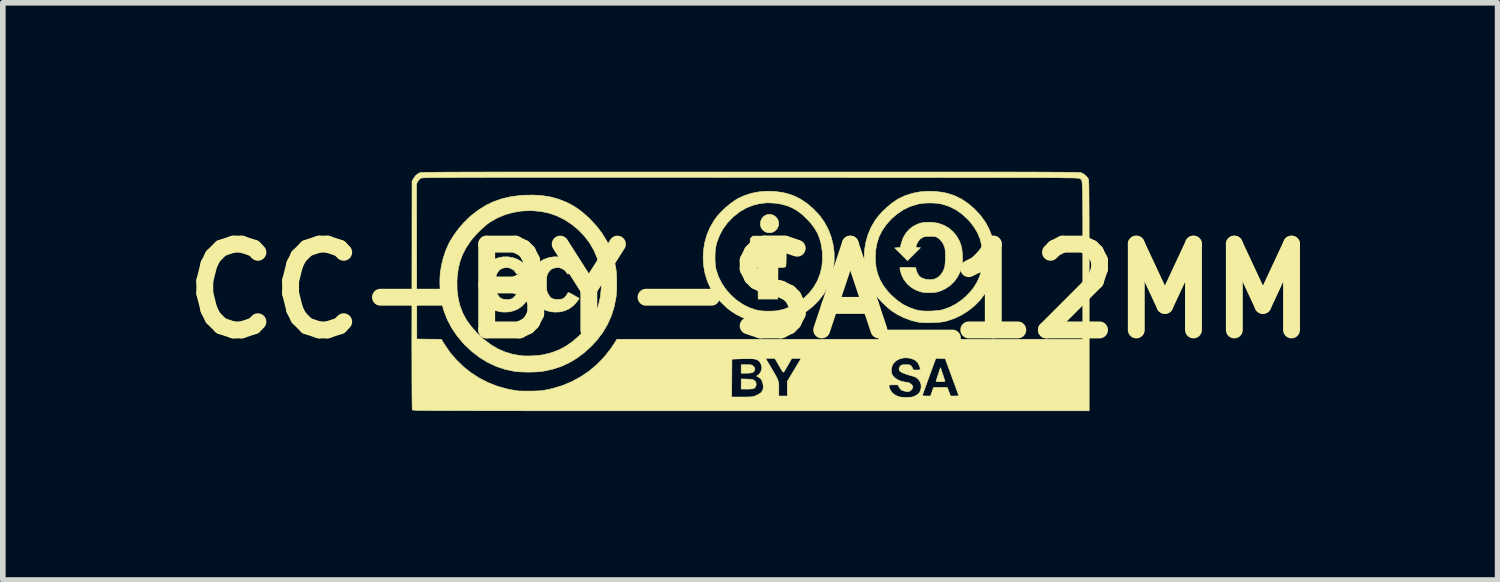
<source format=kicad_pcb>
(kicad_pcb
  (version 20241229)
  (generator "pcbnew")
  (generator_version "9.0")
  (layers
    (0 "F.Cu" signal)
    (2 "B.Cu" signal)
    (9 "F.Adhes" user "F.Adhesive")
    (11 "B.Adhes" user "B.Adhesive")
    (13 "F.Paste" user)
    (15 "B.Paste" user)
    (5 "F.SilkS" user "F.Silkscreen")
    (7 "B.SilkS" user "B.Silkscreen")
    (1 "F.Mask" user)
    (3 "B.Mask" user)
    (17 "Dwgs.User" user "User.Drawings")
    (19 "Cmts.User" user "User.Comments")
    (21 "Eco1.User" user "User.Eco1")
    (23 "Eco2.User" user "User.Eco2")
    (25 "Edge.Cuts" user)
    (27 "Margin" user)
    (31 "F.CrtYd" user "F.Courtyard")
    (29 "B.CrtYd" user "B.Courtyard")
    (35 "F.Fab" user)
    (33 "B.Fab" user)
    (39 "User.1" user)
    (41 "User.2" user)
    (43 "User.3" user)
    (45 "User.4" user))
  (footprint "CC-BY-SA_12MM"
    (layer "F.Cu")
    (at 10.276 2.121)
    (property "Reference" "CC-BY-SA_12MM" (at 0 0 0) (layer "F.SilkS") (effects (font (size 1.524 1.524) (thickness 0.3))))
    (attr exclude_from_pos_files exclude_from_bom)
    (fp_poly (pts (xy -0.057 1.563) (xy -0.009 1.565) (xy 0.025 1.568) (xy 0.048 1.573) (xy 0.064 1.581) (xy 0.072 1.586) (xy 0.098 1.616) (xy 0.107 1.652) (xy 0.099 1.69) (xy 0.088 1.71) (xy 0.072 1.724) (xy 0.048 1.733) (xy 0.012 1.738) (xy -0.037 1.74) (xy -0.062 1.74) (xy -0.16 1.74) (xy -0.16 1.56) (xy -0.057 1.563)) (stroke (width 0.01) (type solid)) (fill yes) (layer "F.SilkS"))
    (fp_poly (pts (xy -0.022 1.308) (xy 0.007 1.309) (xy 0.026 1.313) (xy 0.04 1.32) (xy 0.053 1.331) (xy 0.057 1.335) (xy 0.078 1.36) (xy 0.084 1.382) (xy 0.076 1.41) (xy 0.074 1.415) (xy 0.06 1.434) (xy 0.036 1.447) (xy -0.000485 1.455) (xy -0.052 1.458) (xy -0.077 1.458) (xy -0.16 1.458) (xy -0.16 1.308) (xy -0.065 1.308) (xy -0.022 1.308)) (stroke (width 0.01) (type solid)) (fill yes) (layer "F.SilkS"))
    (fp_poly (pts (xy 3.417 1.468) (xy 3.431 1.511) (xy 3.444 1.549) (xy 3.453 1.578) (xy 3.458 1.592) (xy 3.459 1.6) (xy 3.453 1.605) (xy 3.436 1.608) (xy 3.406 1.609) (xy 3.383 1.609) (xy 3.346 1.608) (xy 3.318 1.606) (xy 3.303 1.603) (xy 3.302 1.602) (xy 3.305 1.591) (xy 3.313 1.565) (xy 3.324 1.529) (xy 3.338 1.486) (xy 3.341 1.477) (xy 3.38 1.36) (xy 3.417 1.468)) (stroke (width 0.01) (type solid)) (fill yes) (layer "F.SilkS"))
    (fp_poly (pts (xy 0.378 -1.36) (xy 0.426 -1.34) (xy 0.464 -1.308) (xy 0.494 -1.264) (xy 0.506 -1.218) (xy 0.505 -1.173) (xy 0.49 -1.13) (xy 0.465 -1.093) (xy 0.431 -1.063) (xy 0.39 -1.043) (xy 0.344 -1.036) (xy 0.295 -1.043) (xy 0.263 -1.056) (xy 0.222 -1.087) (xy 0.195 -1.126) (xy 0.182 -1.171) (xy 0.182 -1.217) (xy 0.193 -1.262) (xy 0.216 -1.302) (xy 0.251 -1.335) (xy 0.295 -1.356) (xy 0.324 -1.362) (xy 0.378 -1.36)) (stroke (width 0.01) (type solid)) (fill yes) (layer "F.SilkS"))
    (fp_poly (pts (xy 0.64 -0.932) (xy 0.64 -0.707) (xy 0.639 -0.642) (xy 0.639 -0.582) (xy 0.638 -0.53) (xy 0.636 -0.489) (xy 0.635 -0.462) (xy 0.634 -0.453) (xy 0.63 -0.438) (xy 0.623 -0.429) (xy 0.609 -0.425) (xy 0.584 -0.422) (xy 0.561 -0.421) (xy 0.494 -0.419) (xy 0.489 0.141) (xy 0.141 0.141) (xy 0.139 -0.139) (xy 0.136 -0.419) (xy 0 -0.424) (xy 0 -0.932) (xy 0.046 -0.978) (xy 0.594 -0.978) (xy 0.64 -0.932)) (stroke (width 0.01) (type solid)) (fill yes) (layer "F.SilkS"))
    (fp_poly (pts (xy -3.398 -0.608) (xy -3.308 -0.589) (xy -3.24 -0.563) (xy -3.206 -0.543) (xy -3.167 -0.513) (xy -3.128 -0.478) (xy -3.095 -0.444) (xy -3.074 -0.416) (xy -3.057 -0.387) (xy -3.24 -0.301) (xy -3.261 -0.327) (xy -3.275 -0.346) (xy -3.283 -0.358) (xy -3.283 -0.359) (xy -3.291 -0.369) (xy -3.312 -0.382) (xy -3.339 -0.396) (xy -3.367 -0.409) (xy -3.392 -0.417) (xy -3.394 -0.417) (xy -3.437 -0.418) (xy -3.485 -0.409) (xy -3.528 -0.391) (xy -3.543 -0.381) (xy -3.565 -0.359) (xy -3.586 -0.328) (xy -3.595 -0.313) (xy -3.604 -0.293) (xy -3.61 -0.274) (xy -3.614 -0.251) (xy -3.616 -0.22) (xy -3.617 -0.178) (xy -3.617 -0.136) (xy -3.617 -0.083) (xy -3.616 -0.045) (xy -3.614 -0.017) (xy -3.609 0.004) (xy -3.603 0.024) (xy -3.592 0.045) (xy -3.589 0.052) (xy -3.56 0.097) (xy -3.527 0.127) (xy -3.485 0.144) (xy -3.431 0.15) (xy -3.421 0.15) (xy -3.371 0.147) (xy -3.332 0.137) (xy -3.299 0.116) (xy -3.269 0.081) (xy -3.238 0.032) (xy -3.237 0.03) (xy -3.229 0.027) (xy -3.212 0.032) (xy -3.184 0.045) (xy -3.142 0.068) (xy -3.137 0.071) (xy -3.099 0.093) (xy -3.068 0.111) (xy -3.047 0.123) (xy -3.04 0.128) (xy -3.042 0.137) (xy -3.055 0.156) (xy -3.074 0.182) (xy -3.098 0.21) (xy -3.122 0.238) (xy -3.145 0.261) (xy -3.146 0.261) (xy -3.214 0.312) (xy -3.293 0.348) (xy -3.379 0.369) (xy -3.471 0.373) (xy -3.542 0.366) (xy -3.631 0.343) (xy -3.709 0.304) (xy -3.776 0.252) (xy -3.83 0.187) (xy -3.871 0.11) (xy -3.898 0.023) (xy -3.911 -0.075) (xy -3.911 -0.161) (xy -3.898 -0.261) (xy -3.871 -0.348) (xy -3.831 -0.423) (xy -3.776 -0.486) (xy -3.707 -0.539) (xy -3.664 -0.563) (xy -3.58 -0.594) (xy -3.49 -0.609) (xy -3.398 -0.608)) (stroke (width 0.01) (type solid)) (fill yes) (layer "F.SilkS"))
    (fp_poly (pts (xy -4.222 -0.596) (xy -4.144 -0.569) (xy -4.073 -0.53) (xy -4.012 -0.478) (xy -3.979 -0.437) (xy -3.961 -0.405) (xy -3.957 -0.385) (xy -3.967 -0.377) (xy -3.971 -0.376) (xy -3.984 -0.373) (xy -4.009 -0.362) (xy -4.042 -0.348) (xy -4.062 -0.338) (xy -4.143 -0.301) (xy -4.164 -0.327) (xy -4.179 -0.346) (xy -4.186 -0.358) (xy -4.186 -0.359) (xy -4.194 -0.369) (xy -4.215 -0.382) (xy -4.242 -0.396) (xy -4.27 -0.409) (xy -4.295 -0.417) (xy -4.297 -0.417) (xy -4.34 -0.418) (xy -4.388 -0.409) (xy -4.431 -0.391) (xy -4.446 -0.381) (xy -4.468 -0.359) (xy -4.489 -0.328) (xy -4.498 -0.313) (xy -4.507 -0.293) (xy -4.513 -0.274) (xy -4.517 -0.251) (xy -4.519 -0.22) (xy -4.52 -0.178) (xy -4.52 -0.136) (xy -4.52 -0.083) (xy -4.519 -0.045) (xy -4.517 -0.017) (xy -4.513 0.004) (xy -4.506 0.024) (xy -4.495 0.045) (xy -4.492 0.052) (xy -4.463 0.097) (xy -4.43 0.127) (xy -4.388 0.144) (xy -4.334 0.15) (xy -4.324 0.15) (xy -4.274 0.147) (xy -4.235 0.137) (xy -4.202 0.116) (xy -4.172 0.081) (xy -4.141 0.032) (xy -4.14 0.03) (xy -4.132 0.027) (xy -4.115 0.032) (xy -4.087 0.045) (xy -4.045 0.068) (xy -4.04 0.071) (xy -4.002 0.093) (xy -3.972 0.111) (xy -3.951 0.123) (xy -3.943 0.128) (xy -3.946 0.137) (xy -3.958 0.156) (xy -3.977 0.182) (xy -4.001 0.21) (xy -4.025 0.238) (xy -4.048 0.261) (xy -4.049 0.261) (xy -4.117 0.312) (xy -4.196 0.348) (xy -4.282 0.369) (xy -4.374 0.373) (xy -4.445 0.366) (xy -4.535 0.343) (xy -4.614 0.304) (xy -4.68 0.251) (xy -4.734 0.185) (xy -4.775 0.106) (xy -4.802 0.016) (xy -4.814 -0.078) (xy -4.813 -0.172) (xy -4.8 -0.262) (xy -4.774 -0.343) (xy -4.765 -0.363) (xy -4.734 -0.411) (xy -4.691 -0.461) (xy -4.639 -0.507) (xy -4.584 -0.546) (xy -4.556 -0.561) (xy -4.476 -0.592) (xy -4.391 -0.608) (xy -4.306 -0.609) (xy -4.222 -0.596)) (stroke (width 0.01) (type solid)) (fill yes) (layer "F.SilkS"))
    (fp_poly (pts (xy 3.217 -1.222) (xy 3.284 -1.215) (xy 3.344 -1.204) (xy 3.344 -1.204) (xy 3.439 -1.17) (xy 3.525 -1.121) (xy 3.601 -1.057) (xy 3.665 -0.98) (xy 3.715 -0.891) (xy 3.741 -0.825) (xy 3.758 -0.755) (xy 3.768 -0.674) (xy 3.772 -0.59) (xy 3.769 -0.508) (xy 3.759 -0.438) (xy 3.727 -0.338) (xy 3.68 -0.247) (xy 3.62 -0.166) (xy 3.546 -0.096) (xy 3.462 -0.04) (xy 3.369 0.001) (xy 3.326 0.014) (xy 3.279 0.022) (xy 3.221 0.026) (xy 3.158 0.027) (xy 3.098 0.024) (xy 3.047 0.017) (xy 3.03 0.013) (xy 2.938 -0.021) (xy 2.857 -0.069) (xy 2.787 -0.131) (xy 2.73 -0.206) (xy 2.688 -0.29) (xy 2.668 -0.358) (xy 2.661 -0.391) (xy 2.66 -0.41) (xy 2.664 -0.419) (xy 2.666 -0.419) (xy 2.679 -0.421) (xy 2.707 -0.422) (xy 2.747 -0.422) (xy 2.794 -0.422) (xy 2.808 -0.421) (xy 2.938 -0.419) (xy 2.951 -0.367) (xy 2.973 -0.309) (xy 3.005 -0.264) (xy 3.05 -0.232) (xy 3.109 -0.212) (xy 3.134 -0.207) (xy 3.209 -0.202) (xy 3.276 -0.214) (xy 3.334 -0.243) (xy 3.384 -0.288) (xy 3.425 -0.35) (xy 3.45 -0.408) (xy 3.457 -0.439) (xy 3.462 -0.484) (xy 3.466 -0.539) (xy 3.467 -0.597) (xy 3.467 -0.656) (xy 3.465 -0.709) (xy 3.46 -0.752) (xy 3.455 -0.776) (xy 3.431 -0.835) (xy 3.397 -0.887) (xy 3.357 -0.93) (xy 3.336 -0.945) (xy 3.313 -0.958) (xy 3.293 -0.967) (xy 3.271 -0.971) (xy 3.241 -0.973) (xy 3.198 -0.974) (xy 3.195 -0.974) (xy 3.148 -0.973) (xy 3.114 -0.97) (xy 3.089 -0.965) (xy 3.068 -0.957) (xy 3.062 -0.953) (xy 3.018 -0.924) (xy 2.986 -0.886) (xy 2.964 -0.847) (xy 2.949 -0.811) (xy 2.945 -0.789) (xy 2.952 -0.776) (xy 2.97 -0.772) (xy 2.984 -0.771) (xy 3.024 -0.771) (xy 2.909 -0.656) (xy 2.794 -0.541) (xy 2.681 -0.654) (xy 2.568 -0.767) (xy 2.617 -0.771) (xy 2.666 -0.776) (xy 2.683 -0.845) (xy 2.714 -0.939) (xy 2.76 -1.021) (xy 2.82 -1.092) (xy 2.891 -1.148) (xy 2.974 -1.191) (xy 3.03 -1.209) (xy 3.083 -1.219) (xy 3.147 -1.223) (xy 3.217 -1.222)) (stroke (width 0.01) (type solid)) (fill yes) (layer "F.SilkS"))
    (fp_poly (pts (xy 0.432 -1.771) (xy 0.572 -1.752) (xy 0.645 -1.736) (xy 0.769 -1.695) (xy 0.89 -1.636) (xy 1.006 -1.559) (xy 1.115 -1.467) (xy 1.218 -1.359) (xy 1.237 -1.337) (xy 1.319 -1.221) (xy 1.386 -1.096) (xy 1.437 -0.964) (xy 1.472 -0.826) (xy 1.491 -0.683) (xy 1.492 -0.538) (xy 1.477 -0.393) (xy 1.444 -0.248) (xy 1.426 -0.189) (xy 1.373 -0.064) (xy 1.305 0.053) (xy 1.221 0.162) (xy 1.124 0.261) (xy 1.016 0.348) (xy 0.897 0.423) (xy 0.769 0.484) (xy 0.633 0.53) (xy 0.586 0.541) (xy 0.542 0.549) (xy 0.484 0.554) (xy 0.417 0.558) (xy 0.345 0.561) (xy 0.275 0.561) (xy 0.209 0.559) (xy 0.154 0.555) (xy 0.122 0.55) (xy -0.005 0.519) (xy -0.129 0.473) (xy -0.245 0.416) (xy -0.35 0.348) (xy -0.353 0.346) (xy -0.402 0.306) (xy -0.456 0.257) (xy -0.511 0.204) (xy -0.563 0.149) (xy -0.607 0.099) (xy -0.633 0.065) (xy -0.705 -0.052) (xy -0.761 -0.178) (xy -0.802 -0.311) (xy -0.827 -0.448) (xy -0.836 -0.587) (xy -0.835 -0.612) (xy -0.625 -0.612) (xy -0.625 -0.538) (xy -0.62 -0.47) (xy -0.613 -0.413) (xy -0.609 -0.393) (xy -0.568 -0.265) (xy -0.509 -0.145) (xy -0.434 -0.033) (xy -0.345 0.068) (xy -0.242 0.16) (xy -0.133 0.235) (xy -0.019 0.293) (xy 0.098 0.333) (xy 0.168 0.348) (xy 0.208 0.352) (xy 0.26 0.355) (xy 0.32 0.356) (xy 0.381 0.355) (xy 0.436 0.353) (xy 0.481 0.349) (xy 0.489 0.348) (xy 0.599 0.322) (xy 0.71 0.28) (xy 0.818 0.223) (xy 0.918 0.155) (xy 0.954 0.126) (xy 1.05 0.033) (xy 1.13 -0.071) (xy 1.194 -0.183) (xy 1.241 -0.304) (xy 1.272 -0.43) (xy 1.285 -0.562) (xy 1.281 -0.698) (xy 1.28 -0.704) (xy 1.263 -0.823) (xy 1.235 -0.929) (xy 1.197 -1.026) (xy 1.144 -1.116) (xy 1.077 -1.206) (xy 1.016 -1.273) (xy 0.927 -1.358) (xy 0.837 -1.427) (xy 0.745 -1.48) (xy 0.646 -1.52) (xy 0.538 -1.548) (xy 0.435 -1.563) (xy 0.303 -1.569) (xy 0.174 -1.556) (xy 0.049 -1.525) (xy -0.071 -1.477) (xy -0.185 -1.411) (xy -0.291 -1.328) (xy -0.308 -1.313) (xy -0.405 -1.212) (xy -0.484 -1.104) (xy -0.546 -0.988) (xy -0.593 -0.863) (xy -0.608 -0.804) (xy -0.617 -0.75) (xy -0.623 -0.684) (xy -0.625 -0.612) (xy -0.835 -0.612) (xy -0.829 -0.727) (xy -0.807 -0.865) (xy -0.769 -0.999) (xy -0.714 -1.129) (xy -0.644 -1.25) (xy -0.643 -1.253) (xy -0.584 -1.332) (xy -0.511 -1.412) (xy -0.43 -1.489) (xy -0.344 -1.56) (xy -0.259 -1.619) (xy -0.221 -1.642) (xy -0.105 -1.696) (xy 0.02 -1.737) (xy 0.154 -1.763) (xy 0.292 -1.774) (xy 0.432 -1.771)) (stroke (width 0.01) (type solid)) (fill yes) (layer "F.SilkS"))
    (fp_poly (pts (xy 3.292 -1.771) (xy 3.432 -1.752) (xy 3.504 -1.736) (xy 3.629 -1.695) (xy 3.75 -1.636) (xy 3.866 -1.559) (xy 3.975 -1.467) (xy 4.078 -1.359) (xy 4.096 -1.337) (xy 4.179 -1.221) (xy 4.246 -1.096) (xy 4.297 -0.964) (xy 4.332 -0.826) (xy 4.35 -0.683) (xy 4.352 -0.538) (xy 4.337 -0.393) (xy 4.304 -0.248) (xy 4.286 -0.189) (xy 4.233 -0.064) (xy 4.164 0.053) (xy 4.081 0.162) (xy 3.984 0.261) (xy 3.875 0.348) (xy 3.756 0.423) (xy 3.629 0.484) (xy 3.493 0.53) (xy 3.446 0.541) (xy 3.402 0.549) (xy 3.344 0.554) (xy 3.277 0.558) (xy 3.205 0.561) (xy 3.134 0.561) (xy 3.069 0.559) (xy 3.014 0.555) (xy 2.981 0.55) (xy 2.855 0.519) (xy 2.731 0.473) (xy 2.615 0.416) (xy 2.51 0.348) (xy 2.507 0.346) (xy 2.458 0.306) (xy 2.404 0.257) (xy 2.348 0.204) (xy 2.297 0.149) (xy 2.253 0.099) (xy 2.227 0.065) (xy 2.155 -0.052) (xy 2.099 -0.178) (xy 2.058 -0.311) (xy 2.033 -0.448) (xy 2.024 -0.585) (xy 2.222 -0.585) (xy 2.223 -0.553) (xy 2.235 -0.427) (xy 2.262 -0.311) (xy 2.305 -0.202) (xy 2.364 -0.098) (xy 2.441 0.002) (xy 2.506 0.071) (xy 2.606 0.161) (xy 2.708 0.233) (xy 2.816 0.288) (xy 2.931 0.329) (xy 2.992 0.344) (xy 3.04 0.351) (xy 3.102 0.354) (xy 3.172 0.355) (xy 3.244 0.353) (xy 3.313 0.347) (xy 3.374 0.34) (xy 3.418 0.331) (xy 3.541 0.288) (xy 3.658 0.227) (xy 3.768 0.15) (xy 3.832 0.094) (xy 3.908 0.016) (xy 3.969 -0.061) (xy 4.02 -0.143) (xy 4.041 -0.183) (xy 4.076 -0.263) (xy 4.1 -0.342) (xy 4.117 -0.424) (xy 4.126 -0.516) (xy 4.128 -0.557) (xy 4.126 -0.692) (xy 4.111 -0.815) (xy 4.082 -0.93) (xy 4.038 -1.036) (xy 3.977 -1.138) (xy 3.9 -1.237) (xy 3.862 -1.278) (xy 3.763 -1.369) (xy 3.656 -1.444) (xy 3.541 -1.502) (xy 3.416 -1.543) (xy 3.391 -1.549) (xy 3.323 -1.56) (xy 3.244 -1.565) (xy 3.159 -1.566) (xy 3.076 -1.561) (xy 3.002 -1.551) (xy 2.97 -1.544) (xy 2.841 -1.504) (xy 2.721 -1.446) (xy 2.61 -1.372) (xy 2.509 -1.284) (xy 2.417 -1.182) (xy 2.344 -1.076) (xy 2.288 -0.965) (xy 2.25 -0.846) (xy 2.228 -0.72) (xy 2.222 -0.585) (xy 2.024 -0.585) (xy 2.024 -0.587) (xy 2.031 -0.727) (xy 2.053 -0.865) (xy 2.091 -0.999) (xy 2.145 -1.129) (xy 2.215 -1.25) (xy 2.217 -1.253) (xy 2.276 -1.332) (xy 2.349 -1.412) (xy 2.43 -1.489) (xy 2.515 -1.56) (xy 2.601 -1.619) (xy 2.639 -1.642) (xy 2.754 -1.696) (xy 2.88 -1.737) (xy 3.013 -1.763) (xy 3.152 -1.774) (xy 3.292 -1.771)) (stroke (width 0.01) (type solid)) (fill yes) (layer "F.SilkS"))
    (fp_poly (pts (xy -3.695 -1.696) (xy -3.545 -1.672) (xy -3.404 -1.633) (xy -3.269 -1.58) (xy -3.222 -1.557) (xy -3.132 -1.508) (xy -3.049 -1.453) (xy -2.968 -1.39) (xy -2.884 -1.315) (xy -2.856 -1.289) (xy -2.736 -1.162) (xy -2.634 -1.03) (xy -2.549 -0.892) (xy -2.481 -0.747) (xy -2.429 -0.594) (xy -2.391 -0.431) (xy -2.384 -0.388) (xy -2.377 -0.325) (xy -2.373 -0.248) (xy -2.371 -0.164) (xy -2.371 -0.078) (xy -2.374 0.004) (xy -2.38 0.078) (xy -2.384 0.113) (xy -2.417 0.28) (xy -2.467 0.438) (xy -2.534 0.589) (xy -2.618 0.732) (xy -2.719 0.866) (xy -2.813 0.969) (xy -2.941 1.087) (xy -3.074 1.187) (xy -3.212 1.27) (xy -3.357 1.337) (xy -3.51 1.387) (xy -3.672 1.422) (xy -3.695 1.425) (xy -3.753 1.432) (xy -3.824 1.436) (xy -3.903 1.438) (xy -3.985 1.438) (xy -4.064 1.435) (xy -4.135 1.431) (xy -4.191 1.424) (xy -4.353 1.39) (xy -4.51 1.338) (xy -4.66 1.268) (xy -4.804 1.18) (xy -4.94 1.076) (xy -5.07 0.955) (xy -5.093 0.93) (xy -5.206 0.796) (xy -5.302 0.654) (xy -5.38 0.506) (xy -5.441 0.35) (xy -5.485 0.188) (xy -5.495 0.124) (xy -5.504 0.047) (xy -5.509 -0.039) (xy -5.512 -0.127) (xy -5.512 -0.183) (xy -5.209 -0.183) (xy -5.207 -0.026) (xy -5.189 0.121) (xy -5.156 0.259) (xy -5.106 0.39) (xy -5.039 0.514) (xy -4.954 0.632) (xy -4.852 0.746) (xy -4.85 0.749) (xy -4.731 0.858) (xy -4.611 0.949) (xy -4.487 1.023) (xy -4.358 1.08) (xy -4.223 1.121) (xy -4.081 1.146) (xy -4.069 1.147) (xy -4.003 1.152) (xy -3.926 1.152) (xy -3.843 1.149) (xy -3.762 1.143) (xy -3.689 1.133) (xy -3.669 1.129) (xy -3.529 1.094) (xy -3.397 1.044) (xy -3.273 0.978) (xy -3.154 0.895) (xy -3.04 0.795) (xy -2.995 0.75) (xy -2.894 0.633) (xy -2.81 0.511) (xy -2.744 0.383) (xy -2.695 0.247) (xy -2.662 0.104) (xy -2.646 -0.049) (xy -2.644 -0.132) (xy -2.652 -0.293) (xy -2.678 -0.447) (xy -2.72 -0.594) (xy -2.78 -0.732) (xy -2.856 -0.861) (xy -2.949 -0.982) (xy -3.049 -1.085) (xy -3.171 -1.187) (xy -3.3 -1.271) (xy -3.435 -1.337) (xy -3.576 -1.386) (xy -3.724 -1.416) (xy -3.877 -1.429) (xy -3.912 -1.43) (xy -4.069 -1.422) (xy -4.219 -1.396) (xy -4.362 -1.355) (xy -4.497 -1.298) (xy -4.622 -1.225) (xy -4.665 -1.195) (xy -4.714 -1.155) (xy -4.77 -1.104) (xy -4.828 -1.048) (xy -4.884 -0.989) (xy -4.933 -0.933) (xy -4.968 -0.888) (xy -5.047 -0.77) (xy -5.109 -0.651) (xy -5.155 -0.528) (xy -5.186 -0.399) (xy -5.204 -0.26) (xy -5.209 -0.183) (xy -5.512 -0.183) (xy -5.512 -0.212) (xy -5.508 -0.29) (xy -5.504 -0.336) (xy -5.482 -0.467) (xy -5.449 -0.599) (xy -5.406 -0.725) (xy -5.355 -0.84) (xy -5.337 -0.875) (xy -5.266 -0.99) (xy -5.183 -1.104) (xy -5.091 -1.211) (xy -4.995 -1.307) (xy -4.955 -1.342) (xy -4.826 -1.441) (xy -4.695 -1.523) (xy -4.558 -1.589) (xy -4.415 -1.639) (xy -4.263 -1.675) (xy -4.1 -1.697) (xy -4.026 -1.703) (xy -3.854 -1.706) (xy -3.695 -1.696)) (stroke (width 0.01) (type solid)) (fill yes) (layer "F.SilkS"))
    (fp_poly (pts (xy 1.145 -2.116) (xy 1.49 -2.116) (xy 1.819 -2.116) (xy 2.131 -2.116) (xy 2.426 -2.116) (xy 2.706 -2.116) (xy 2.971 -2.116) (xy 3.22 -2.116) (xy 3.455 -2.116) (xy 3.676 -2.116) (xy 3.883 -2.116) (xy 4.077 -2.116) (xy 4.258 -2.115) (xy 4.427 -2.115) (xy 4.584 -2.115) (xy 4.729 -2.115) (xy 4.863 -2.114) (xy 4.987 -2.114) (xy 5.1 -2.114) (xy 5.204 -2.113) (xy 5.298 -2.113) (xy 5.383 -2.112) (xy 5.46 -2.112) (xy 5.529 -2.112) (xy 5.59 -2.111) (xy 5.644 -2.11) (xy 5.691 -2.11) (xy 5.731 -2.109) (xy 5.766 -2.108) (xy 5.795 -2.108) (xy 5.819 -2.107) (xy 5.839 -2.106) (xy 5.854 -2.105) (xy 5.866 -2.104) (xy 5.874 -2.104) (xy 5.879 -2.103) (xy 5.881 -2.102) (xy 5.92 -2.082) (xy 5.96 -2.05) (xy 5.993 -2.014) (xy 6.007 -1.992) (xy 6.009 -1.988) (xy 6.01 -1.978) (xy 6.012 -1.964) (xy 6.013 -1.944) (xy 6.014 -1.917) (xy 6.015 -1.883) (xy 6.016 -1.841) (xy 6.017 -1.791) (xy 6.017 -1.732) (xy 6.018 -1.662) (xy 6.018 -1.582) (xy 6.019 -1.49) (xy 6.019 -1.386) (xy 6.02 -1.269) (xy 6.02 -1.139) (xy 6.02 -0.995) (xy 6.02 -0.835) (xy 6.021 -0.66) (xy 6.021 -0.469) (xy 6.021 -0.26) (xy 6.021 -0.034) (xy 6.021 0.079) (xy 6.021 2.126) (xy -0.388 2.126) (xy -0.772 2.126) (xy -1.138 2.126) (xy -1.487 2.126) (xy -1.818 2.126) (xy -2.133 2.126) (xy -2.431 2.126) (xy -2.714 2.126) (xy -2.982 2.126) (xy -3.234 2.126) (xy -3.472 2.126) (xy -3.696 2.126) (xy -3.906 2.126) (xy -4.103 2.125) (xy -4.287 2.125) (xy -4.459 2.125) (xy -4.619 2.125) (xy -4.767 2.125) (xy -4.905 2.124) (xy -5.031 2.124) (xy -5.148 2.124) (xy -5.255 2.124) (xy -5.352 2.123) (xy -5.441 2.123) (xy -5.521 2.122) (xy -5.593 2.122) (xy -5.657 2.122) (xy -5.714 2.121) (xy -5.764 2.12) (xy -5.809 2.12) (xy -5.847 2.119) (xy -5.879 2.119) (xy -5.907 2.118) (xy -5.93 2.117) (xy -5.949 2.116) (xy -5.964 2.115) (xy -5.976 2.115) (xy -5.985 2.114) (xy -5.991 2.113) (xy -5.996 2.112) (xy -5.999 2.11) (xy -6 2.109) (xy -6.001 2.108) (xy -6.002 2.108) (xy -6.003 2.098) (xy -6.004 2.072) (xy -6.005 2.03) (xy -6.006 1.973) (xy -6.007 1.899) (xy -6.007 1.881) (xy -0.329 1.881) (xy -0.146 1.881) (xy -0.081 1.881) (xy -0.031 1.88) (xy 0.006 1.879) (xy 0.035 1.876) (xy 0.058 1.872) (xy 0.078 1.866) (xy 0.088 1.862) (xy 0.149 1.835) (xy 0.192 1.804) (xy 0.22 1.767) (xy 0.232 1.722) (xy 0.23 1.669) (xy 0.228 1.653) (xy 0.214 1.603) (xy 0.195 1.567) (xy 0.165 1.539) (xy 0.148 1.528) (xy 0.113 1.509) (xy 0.141 1.493) (xy 0.166 1.469) (xy 0.188 1.433) (xy 0.203 1.393) (xy 0.207 1.361) (xy 0.202 1.329) (xy 0.191 1.295) (xy 0.188 1.289) (xy 0.171 1.26) (xy 0.15 1.237) (xy 0.123 1.22) (xy 0.088 1.208) (xy 0.043 1.201) (xy -0.014 1.198) (xy -0.086 1.199) (xy -0.151 1.201) (xy -0.325 1.209) (xy -0.329 1.881) (xy -6.007 1.881) (xy -6.008 1.809) (xy -6.008 1.702) (xy -6.009 1.578) (xy -6.009 1.437) (xy -6.009 1.279) (xy -6.01 1.103) (xy -6.01 0.909) (xy -6.01 0.698) (xy -6.009 0.468) (xy -6.009 0.219) (xy -6.009 0.069) (xy -6.007 -1.906) (xy -5.927 -1.906) (xy -5.922 0.851) (xy -5.704 0.854) (xy -5.486 0.856) (xy -5.438 0.936) (xy -5.339 1.081) (xy -5.225 1.216) (xy -5.099 1.339) (xy -4.961 1.449) (xy -4.813 1.545) (xy -4.656 1.625) (xy -4.492 1.69) (xy -4.322 1.737) (xy -4.286 1.745) (xy -4.238 1.754) (xy -4.195 1.762) (xy -4.16 1.768) (xy -4.139 1.771) (xy -4.105 1.774) (xy -4.056 1.775) (xy -3.997 1.776) (xy -3.933 1.776) (xy -3.868 1.776) (xy -3.807 1.774) (xy -3.754 1.772) (xy -3.714 1.769) (xy -3.706 1.768) (xy -3.664 1.762) (xy -3.611 1.752) (xy -3.554 1.74) (xy -3.51 1.73) (xy -3.336 1.678) (xy -3.169 1.608) (xy -3.011 1.522) (xy -2.862 1.421) (xy -2.724 1.305) (xy -2.616 1.195) (xy 0.273 1.195) (xy 0.316 1.268) (xy 0.364 1.348) (xy 0.403 1.414) (xy 0.434 1.468) (xy 0.459 1.512) (xy 0.477 1.549) (xy 0.49 1.579) (xy 0.499 1.606) (xy 0.504 1.631) (xy 0.507 1.656) (xy 0.508 1.684) (xy 0.508 1.716) (xy 0.508 1.735) (xy 0.508 1.863) (xy 0.659 1.863) (xy 0.659 1.733) (xy 0.659 1.686) (xy 2.465 1.686) (xy 2.475 1.73) (xy 2.498 1.774) (xy 2.532 1.815) (xy 2.561 1.838) (xy 2.61 1.864) (xy 2.663 1.881) (xy 2.727 1.888) (xy 2.785 1.888) (xy 2.833 1.886) (xy 2.867 1.883) (xy 2.894 1.877) (xy 2.918 1.867) (xy 2.93 1.861) (xy 2.938 1.856) (xy 3.057 1.856) (xy 3.066 1.859) (xy 3.089 1.862) (xy 3.122 1.863) (xy 3.13 1.863) (xy 3.204 1.863) (xy 3.23 1.787) (xy 3.257 1.712) (xy 3.501 1.712) (xy 3.513 1.743) (xy 3.523 1.771) (xy 3.536 1.805) (xy 3.541 1.818) (xy 3.558 1.863) (xy 3.632 1.863) (xy 3.667 1.862) (xy 3.693 1.862) (xy 3.706 1.861) (xy 3.706 1.86) (xy 3.703 1.851) (xy 3.694 1.827) (xy 3.68 1.788) (xy 3.662 1.738) (xy 3.64 1.678) (xy 3.615 1.61) (xy 3.587 1.536) (xy 3.585 1.529) (xy 3.464 1.199) (xy 3.38 1.197) (xy 3.297 1.194) (xy 3.177 1.522) (xy 3.15 1.597) (xy 3.125 1.665) (xy 3.103 1.727) (xy 3.084 1.778) (xy 3.07 1.818) (xy 3.061 1.845) (xy 3.057 1.856) (xy 3.057 1.856) (xy 2.938 1.856) (xy 2.97 1.838) (xy 2.997 1.814) (xy 3.016 1.784) (xy 3.024 1.766) (xy 3.037 1.713) (xy 3.034 1.659) (xy 3.016 1.608) (xy 2.986 1.564) (xy 2.944 1.531) (xy 2.902 1.514) (xy 2.822 1.492) (xy 2.755 1.47) (xy 2.703 1.449) (xy 2.668 1.429) (xy 2.66 1.423) (xy 2.646 1.399) (xy 2.646 1.369) (xy 2.661 1.339) (xy 2.667 1.333) (xy 2.68 1.32) (xy 2.694 1.313) (xy 2.715 1.309) (xy 2.747 1.308) (xy 2.764 1.308) (xy 2.802 1.308) (xy 2.826 1.31) (xy 2.842 1.316) (xy 2.855 1.326) (xy 2.864 1.337) (xy 2.879 1.36) (xy 2.888 1.38) (xy 2.888 1.384) (xy 2.89 1.393) (xy 2.899 1.399) (xy 2.918 1.401) (xy 2.952 1.402) (xy 2.954 1.402) (xy 2.988 1.401) (xy 3.008 1.399) (xy 3.017 1.394) (xy 3.02 1.384) (xy 3.02 1.378) (xy 3.014 1.351) (xy 3 1.317) (xy 2.981 1.281) (xy 2.96 1.252) (xy 2.953 1.245) (xy 2.908 1.215) (xy 2.852 1.195) (xy 2.79 1.185) (xy 2.727 1.186) (xy 2.668 1.199) (xy 2.641 1.21) (xy 2.594 1.236) (xy 2.561 1.264) (xy 2.536 1.297) (xy 2.529 1.311) (xy 2.509 1.368) (xy 2.505 1.426) (xy 2.519 1.48) (xy 2.546 1.519) (xy 2.586 1.554) (xy 2.637 1.584) (xy 2.694 1.605) (xy 2.752 1.617) (xy 2.776 1.618) (xy 2.81 1.624) (xy 2.842 1.641) (xy 2.869 1.663) (xy 2.886 1.688) (xy 2.888 1.701) (xy 2.88 1.731) (xy 2.858 1.759) (xy 2.829 1.779) (xy 2.817 1.784) (xy 2.787 1.785) (xy 2.75 1.779) (xy 2.712 1.768) (xy 2.684 1.754) (xy 2.666 1.737) (xy 2.648 1.711) (xy 2.643 1.703) (xy 2.624 1.665) (xy 2.545 1.665) (xy 2.506 1.665) (xy 2.482 1.667) (xy 2.47 1.67) (xy 2.466 1.677) (xy 2.465 1.686) (xy 0.659 1.686) (xy 0.659 1.604) (xy 0.763 1.43) (xy 0.795 1.377) (xy 0.825 1.327) (xy 0.851 1.284) (xy 0.871 1.25) (xy 0.884 1.229) (xy 0.886 1.225) (xy 0.905 1.195) (xy 0.738 1.195) (xy 0.675 1.306) (xy 0.65 1.349) (xy 0.628 1.386) (xy 0.611 1.416) (xy 0.6 1.433) (xy 0.599 1.435) (xy 0.593 1.44) (xy 0.586 1.438) (xy 0.577 1.429) (xy 0.563 1.409) (xy 0.544 1.378) (xy 0.517 1.332) (xy 0.512 1.323) (xy 0.438 1.195) (xy 0.273 1.195) (xy -2.616 1.195) (xy -2.597 1.175) (xy -2.483 1.032) (xy -2.423 0.943) (xy -2.368 0.856) (xy 5.908 0.856) (xy 5.908 -0.537) (xy 5.908 -0.728) (xy 5.908 -0.902) (xy 5.908 -1.059) (xy 5.908 -1.199) (xy 5.908 -1.325) (xy 5.907 -1.436) (xy 5.907 -1.533) (xy 5.906 -1.619) (xy 5.906 -1.692) (xy 5.904 -1.755) (xy 5.903 -1.808) (xy 5.901 -1.852) (xy 5.899 -1.887) (xy 5.897 -1.916) (xy 5.894 -1.939) (xy 5.891 -1.956) (xy 5.887 -1.969) (xy 5.883 -1.978) (xy 5.878 -1.984) (xy 5.872 -1.989) (xy 5.866 -1.993) (xy 5.859 -1.997) (xy 5.854 -2) (xy 5.852 -2.001) (xy 5.849 -2.002) (xy 5.845 -2.004) (xy 5.84 -2.005) (xy 5.832 -2.006) (xy 5.822 -2.007) (xy 5.808 -2.007) (xy 5.792 -2.008) (xy 5.771 -2.009) (xy 5.747 -2.01) (xy 5.717 -2.011) (xy 5.683 -2.011) (xy 5.642 -2.012) (xy 5.596 -2.012) (xy 5.544 -2.013) (xy 5.484 -2.014) (xy 5.417 -2.014) (xy 5.343 -2.015) (xy 5.26 -2.015) (xy 5.168 -2.015) (xy 5.068 -2.016) (xy 4.958 -2.016) (xy 4.837 -2.016) (xy 4.707 -2.017) (xy 4.566 -2.017) (xy 4.413 -2.017) (xy 4.249 -2.018) (xy 4.072 -2.018) (xy 3.883 -2.018) (xy 3.681 -2.018) (xy 3.465 -2.018) (xy 3.236 -2.019) (xy 2.992 -2.019) (xy 2.733 -2.019) (xy 2.459 -2.019) (xy 2.17 -2.019) (xy 1.864 -2.019) (xy 1.542 -2.02) (xy 1.203 -2.02) (xy 0.846 -2.02) (xy 0.471 -2.02) (xy 0.079 -2.02) (xy 0.005 -2.02) (xy -0.392 -2.02) (xy -0.77 -2.021) (xy -1.13 -2.021) (xy -1.472 -2.021) (xy -1.798 -2.021) (xy -2.107 -2.021) (xy -2.399 -2.021) (xy -2.676 -2.021) (xy -2.938 -2.021) (xy -3.185 -2.021) (xy -3.417 -2.021) (xy -3.635 -2.021) (xy -3.84 -2.021) (xy -4.032 -2.021) (xy -4.211 -2.021) (xy -4.377 -2.021) (xy -4.532 -2.021) (xy -4.676 -2.021) (xy -4.809 -2.02) (xy -4.931 -2.02) (xy -5.043 -2.02) (xy -5.145 -2.02) (xy -5.239 -2.019) (xy -5.323 -2.019) (xy -5.4 -2.018) (xy -5.468 -2.018) (xy -5.529 -2.018) (xy -5.583 -2.017) (xy -5.631 -2.016) (xy -5.672 -2.016) (xy -5.708 -2.015) (xy -5.738 -2.015) (xy -5.764 -2.014) (xy -5.785 -2.013) (xy -5.803 -2.012) (xy -5.817 -2.011) (xy -5.828 -2.01) (xy -5.836 -2.009) (xy -5.842 -2.008) (xy -5.847 -2.007) (xy -5.85 -2.006) (xy -5.851 -2.005) (xy -5.883 -1.98) (xy -5.906 -1.947) (xy -5.927 -1.906) (xy -6.007 -1.906) (xy -6.007 -1.952) (xy -5.986 -1.99) (xy -5.95 -2.044) (xy -5.905 -2.083) (xy -5.877 -2.098) (xy -5.874 -2.099) (xy -5.871 -2.1) (xy -5.866 -2.102) (xy -5.86 -2.103) (xy -5.852 -2.104) (xy -5.842 -2.105) (xy -5.829 -2.106) (xy -5.812 -2.106) (xy -5.792 -2.107) (xy -5.768 -2.108) (xy -5.739 -2.109) (xy -5.705 -2.109) (xy -5.666 -2.11) (xy -5.621 -2.111) (xy -5.57 -2.111) (xy -5.511 -2.112) (xy -5.446 -2.112) (xy -5.373 -2.113) (xy -5.292 -2.113) (xy -5.202 -2.113) (xy -5.104 -2.114) (xy -4.996 -2.114) (xy -4.878 -2.114) (xy -4.75 -2.115) (xy -4.612 -2.115) (xy -4.462 -2.115) (xy -4.3 -2.115) (xy -4.127 -2.116) (xy -3.941 -2.116) (xy -3.742 -2.116) (xy -3.53 -2.116) (xy -3.304 -2.116) (xy -3.064 -2.116) (xy -2.809 -2.116) (xy -2.539 -2.116) (xy -2.254 -2.116) (xy -1.953 -2.116) (xy -1.635 -2.116) (xy -1.3 -2.116) (xy -0.948 -2.116) (xy -0.579 -2.116) (xy -0.191 -2.116) (xy 0.001 -2.116) (xy 0.401 -2.116) (xy 0.782 -2.116) (xy 1.145 -2.116)) (stroke (width 0.01) (type solid)) (fill yes) (layer "F.SilkS")))
  (gr_rect
    (start -3 -3)
    (end 23.552 7.253)
    (stroke (width 0.1) (type default))
    (fill no)
    (layer "Edge.Cuts")))
</source>
